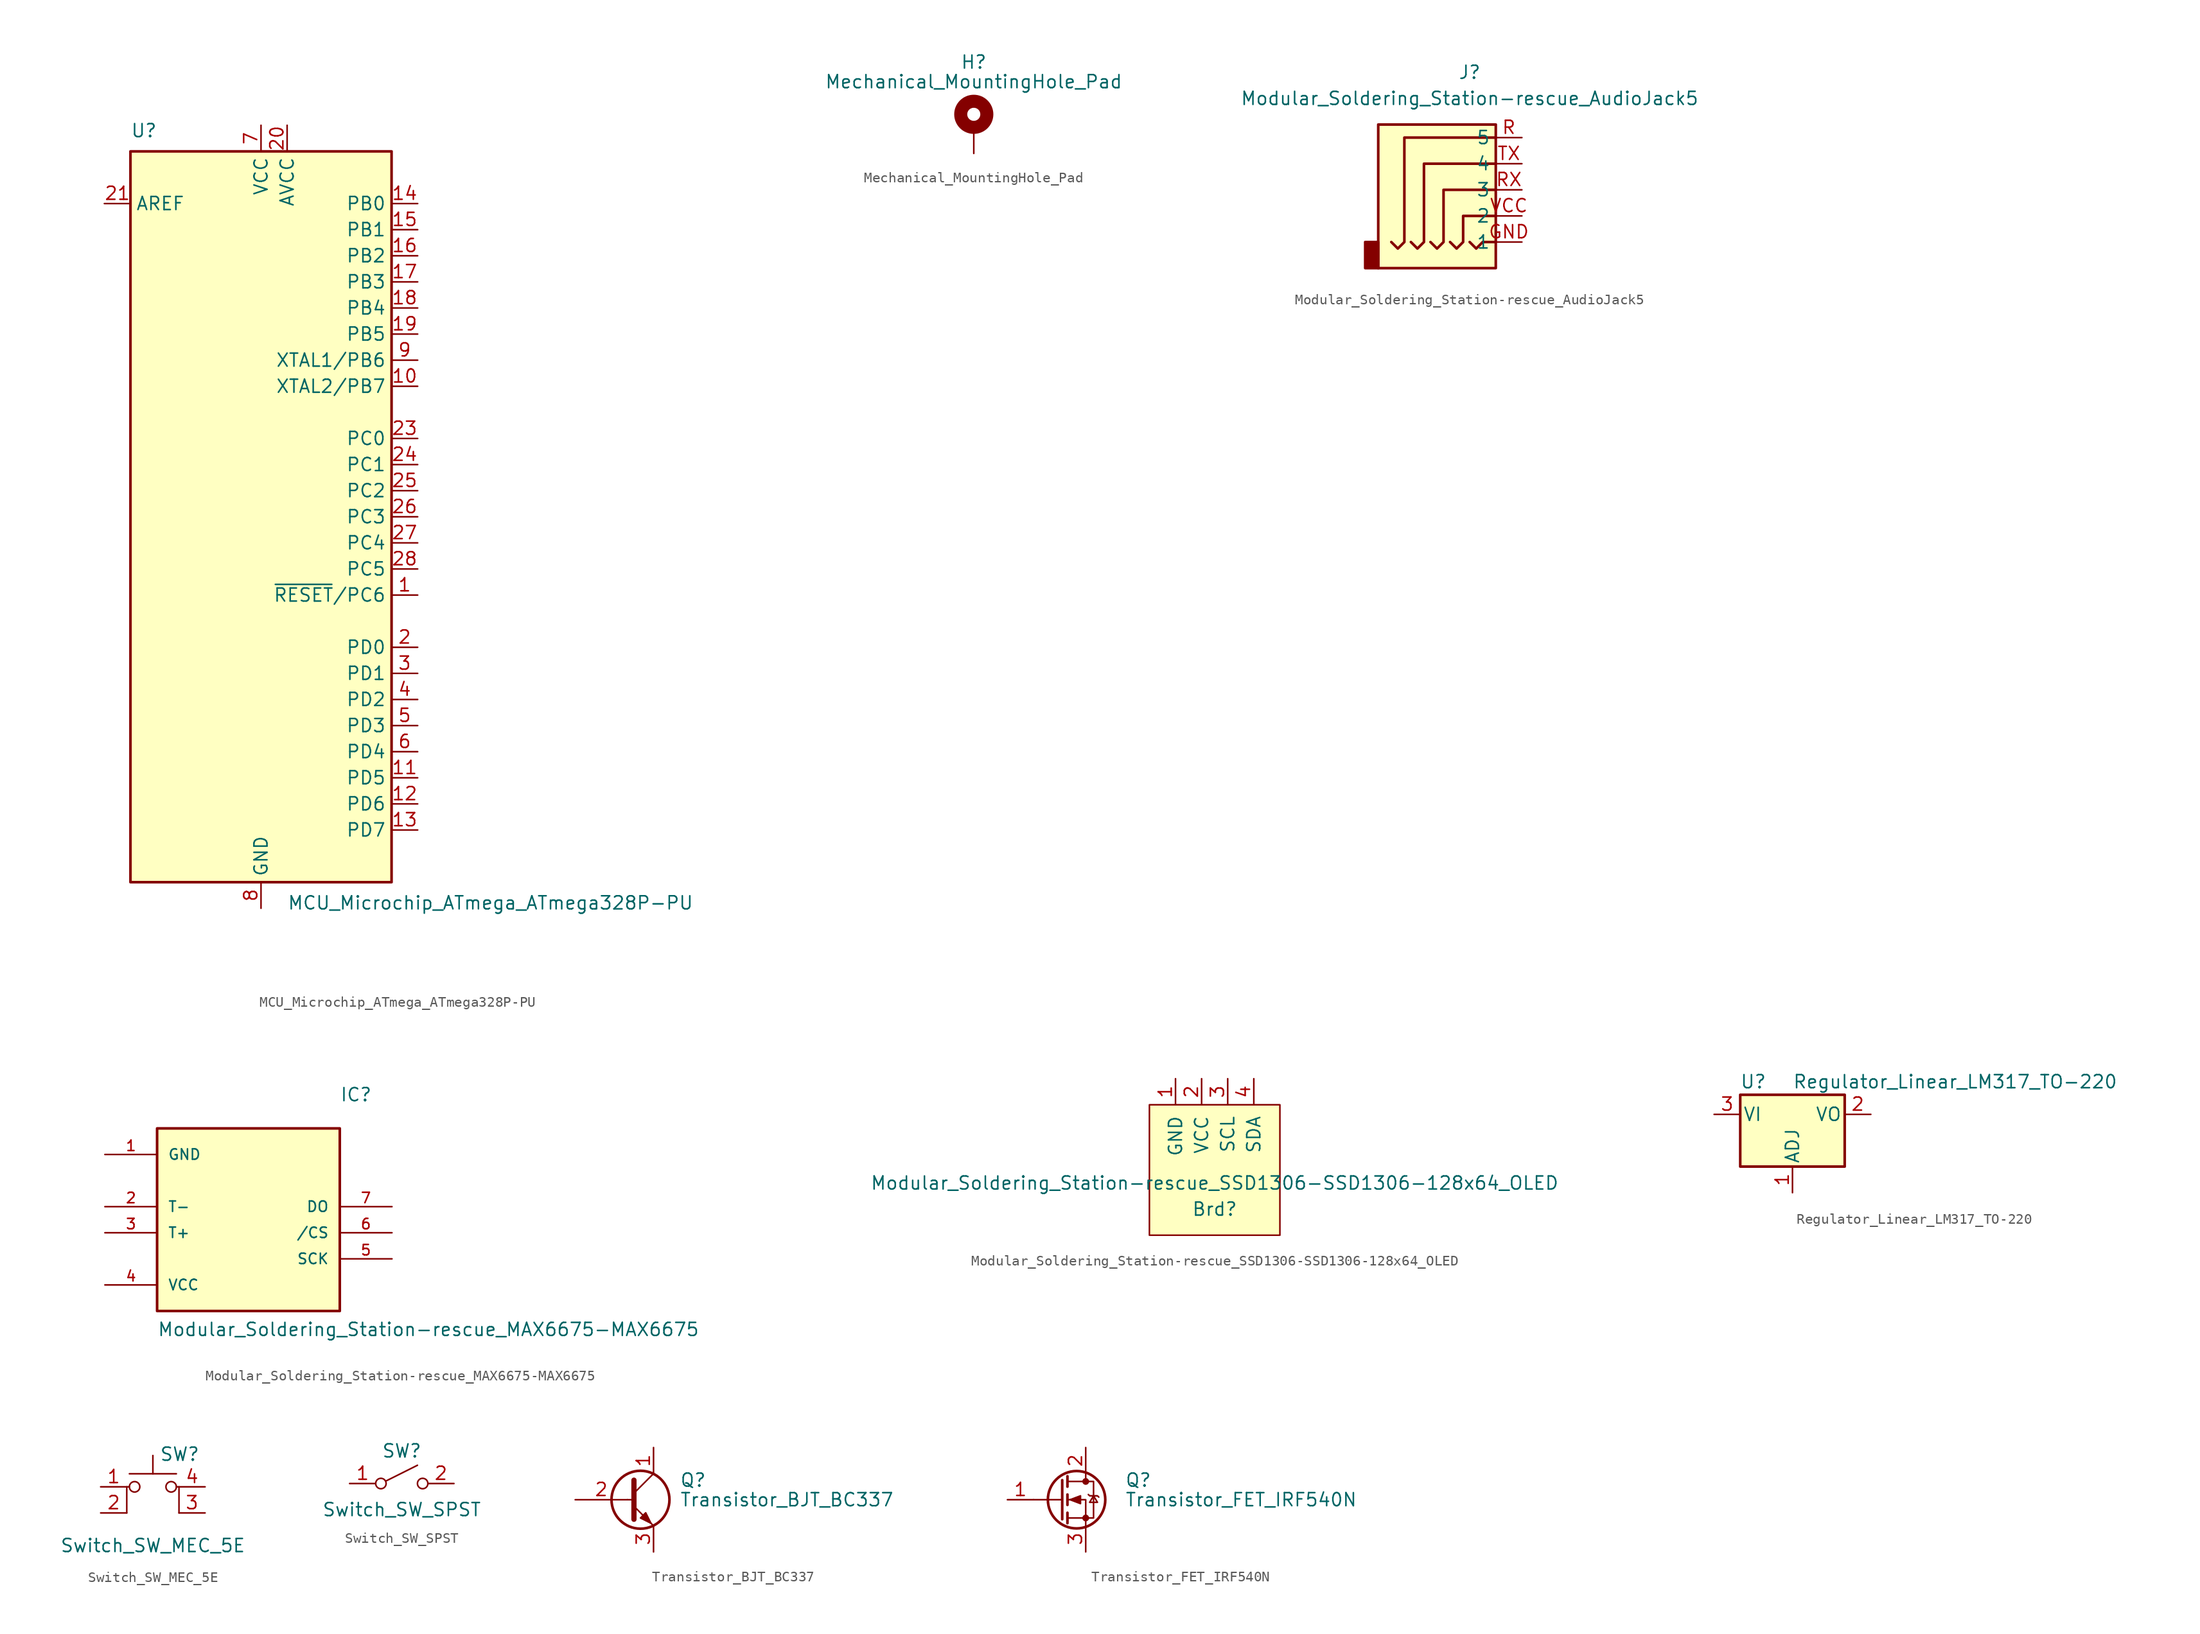
<source format=kicad_sym>
(kicad_symbol_lib
  (version 20211014)
  (generator kicad_symbol_editor)
  (symbol "MCU_Microchip_ATmega_ATmega328P-PU"
    (property "Reference" "U"
      (at -12.7 36.83 0)
      (effects (font (size 1.27 1.27)) (justify left bottom)))
    (property "Value" "MCU_Microchip_ATmega_ATmega328P-PU"
      (at 2.54 -36.83 0)
      (effects (font (size 1.27 1.27)) (justify left top)))
    (symbol "MCU_Microchip_ATmega_ATmega328P-PU_0_1"
      (rectangle (start -12.7 -35.56) (end 12.7 35.56) (stroke (width 0.254) (type default) (color 0 0 0 0)) (fill (type background))))
    (symbol "MCU_Microchip_ATmega_ATmega328P-PU_1_1"
      (pin bidirectional line (at 15.24 -7.62 180) (length 2.54) (name "~{RESET}/PC6" (effects (font (size 1.27 1.27)))) (number "1" (effects (font (size 1.27 1.27)))))
      (pin bidirectional line (at 15.24 12.7 180) (length 2.54) (name "XTAL2/PB7" (effects (font (size 1.27 1.27)))) (number "10" (effects (font (size 1.27 1.27)))))
      (pin bidirectional line (at 15.24 -25.4 180) (length 2.54) (name "PD5" (effects (font (size 1.27 1.27)))) (number "11" (effects (font (size 1.27 1.27)))))
      (pin bidirectional line (at 15.24 -27.94 180) (length 2.54) (name "PD6" (effects (font (size 1.27 1.27)))) (number "12" (effects (font (size 1.27 1.27)))))
      (pin bidirectional line (at 15.24 -30.48 180) (length 2.54) (name "PD7" (effects (font (size 1.27 1.27)))) (number "13" (effects (font (size 1.27 1.27)))))
      (pin bidirectional line (at 15.24 30.48 180) (length 2.54) (name "PB0" (effects (font (size 1.27 1.27)))) (number "14" (effects (font (size 1.27 1.27)))))
      (pin bidirectional line (at 15.24 27.94 180) (length 2.54) (name "PB1" (effects (font (size 1.27 1.27)))) (number "15" (effects (font (size 1.27 1.27)))))
      (pin bidirectional line (at 15.24 25.4 180) (length 2.54) (name "PB2" (effects (font (size 1.27 1.27)))) (number "16" (effects (font (size 1.27 1.27)))))
      (pin bidirectional line (at 15.24 22.86 180) (length 2.54) (name "PB3" (effects (font (size 1.27 1.27)))) (number "17" (effects (font (size 1.27 1.27)))))
      (pin bidirectional line (at 15.24 20.32 180) (length 2.54) (name "PB4" (effects (font (size 1.27 1.27)))) (number "18" (effects (font (size 1.27 1.27)))))
      (pin bidirectional line (at 15.24 17.78 180) (length 2.54) (name "PB5" (effects (font (size 1.27 1.27)))) (number "19" (effects (font (size 1.27 1.27)))))
      (pin bidirectional line (at 15.24 -12.7 180) (length 2.54) (name "PD0" (effects (font (size 1.27 1.27)))) (number "2" (effects (font (size 1.27 1.27)))))
      (pin power_in line (at 2.54 38.1 270) (length 2.54) (name "AVCC" (effects (font (size 1.27 1.27)))) (number "20" (effects (font (size 1.27 1.27)))))
      (pin passive line (at -15.24 30.48 0) (length 2.54) (name "AREF" (effects (font (size 1.27 1.27)))) (number "21" (effects (font (size 1.27 1.27)))))
      (pin passive line (at 0 -38.1 90) (length 2.54) hide (name "GND" (effects (font (size 1.27 1.27)))) (number "22" (effects (font (size 1.27 1.27)))))
      (pin bidirectional line (at 15.24 7.62 180) (length 2.54) (name "PC0" (effects (font (size 1.27 1.27)))) (number "23" (effects (font (size 1.27 1.27)))))
      (pin bidirectional line (at 15.24 5.08 180) (length 2.54) (name "PC1" (effects (font (size 1.27 1.27)))) (number "24" (effects (font (size 1.27 1.27)))))
      (pin bidirectional line (at 15.24 2.54 180) (length 2.54) (name "PC2" (effects (font (size 1.27 1.27)))) (number "25" (effects (font (size 1.27 1.27)))))
      (pin bidirectional line (at 15.24 0 180) (length 2.54) (name "PC3" (effects (font (size 1.27 1.27)))) (number "26" (effects (font (size 1.27 1.27)))))
      (pin bidirectional line (at 15.24 -2.54 180) (length 2.54) (name "PC4" (effects (font (size 1.27 1.27)))) (number "27" (effects (font (size 1.27 1.27)))))
      (pin bidirectional line (at 15.24 -5.08 180) (length 2.54) (name "PC5" (effects (font (size 1.27 1.27)))) (number "28" (effects (font (size 1.27 1.27)))))
      (pin bidirectional line (at 15.24 -15.24 180) (length 2.54) (name "PD1" (effects (font (size 1.27 1.27)))) (number "3" (effects (font (size 1.27 1.27)))))
      (pin bidirectional line (at 15.24 -17.78 180) (length 2.54) (name "PD2" (effects (font (size 1.27 1.27)))) (number "4" (effects (font (size 1.27 1.27)))))
      (pin bidirectional line (at 15.24 -20.32 180) (length 2.54) (name "PD3" (effects (font (size 1.27 1.27)))) (number "5" (effects (font (size 1.27 1.27)))))
      (pin bidirectional line (at 15.24 -22.86 180) (length 2.54) (name "PD4" (effects (font (size 1.27 1.27)))) (number "6" (effects (font (size 1.27 1.27)))))
      (pin power_in line (at 0 38.1 270) (length 2.54) (name "VCC" (effects (font (size 1.27 1.27)))) (number "7" (effects (font (size 1.27 1.27)))))
      (pin power_in line (at 0 -38.1 90) (length 2.54) (name "GND" (effects (font (size 1.27 1.27)))) (number "8" (effects (font (size 1.27 1.27)))))
      (pin bidirectional line (at 15.24 15.24 180) (length 2.54) (name "XTAL1/PB6" (effects (font (size 1.27 1.27)))) (number "9" (effects (font (size 1.27 1.27)))))))
  (symbol "Mechanical_MountingHole_Pad"
    (pin_numbers hide)
    (pin_names
      (offset 1.016) hide)
    (property "Reference" "H"
      (at 0 6.35 0)
      (effects (font (size 1.27 1.27))))
    (property "Value" "Mechanical_MountingHole_Pad"
      (at 0 4.445 0)
      (effects (font (size 1.27 1.27))))
    (symbol "Mechanical_MountingHole_Pad_0_1"
      (circle (center 0 1.27) (radius 1.27) (stroke (width 1.27) (type default) (color 0 0 0 0)) (fill (type none))))
    (symbol "Mechanical_MountingHole_Pad_1_1"
      (pin input line (at 0 -2.54 90) (length 2.54) (name "1" (effects (font (size 1.27 1.27)))) (number "1" (effects (font (size 1.27 1.27)))))))
  (symbol "Modular_Soldering_Station-rescue_AudioJack5"
    (property "Reference" "J"
      (at 0 11.43 0)
      (effects (font (size 1.27 1.27))))
    (property "Value" "Modular_Soldering_Station-rescue_AudioJack5"
      (at 0 8.89 0)
      (effects (font (size 1.27 1.27))))
    (symbol "Modular_Soldering_Station-rescue_AudioJack5_0_1"
      (rectangle (start -8.89 -5.08) (end -10.16 -7.62) (stroke (width 0.254) (type default) (color 0 0 0 0)) (fill (type outline)))
      (polyline (pts (xy 0 -5.08) (xy 0.635 -5.715) (xy 1.27 -5.08) (xy 2.54 -5.08)) (stroke (width 0.254) (type default) (color 0 0 0 0)) (fill (type none)))
      (polyline (pts (xy -5.715 -5.08) (xy -5.08 -5.715) (xy -4.445 -5.08) (xy -4.445 2.54) (xy 2.54 2.54)) (stroke (width 0.254) (type default) (color 0 0 0 0)) (fill (type none)))
      (polyline (pts (xy -1.905 -5.08) (xy -1.27 -5.715) (xy -0.635 -5.08) (xy -0.635 -2.54) (xy 2.54 -2.54)) (stroke (width 0.254) (type default) (color 0 0 0 0)) (fill (type none)))
      (polyline (pts (xy 2.54 0) (xy -2.54 0) (xy -2.54 -5.08) (xy -3.175 -5.715) (xy -3.81 -5.08)) (stroke (width 0.254) (type default) (color 0 0 0 0)) (fill (type none)))
      (polyline (pts (xy 2.54 5.08) (xy -6.35 5.08) (xy -6.35 -5.08) (xy -6.985 -5.715) (xy -7.62 -5.08)) (stroke (width 0.254) (type default) (color 0 0 0 0)) (fill (type none)))
      (rectangle (start 2.54 6.35) (end -8.89 -7.62) (stroke (width 0.254) (type default) (color 0 0 0 0)) (fill (type background))))
    (symbol "Modular_Soldering_Station-rescue_AudioJack5_1_1"
      (pin passive line (at 5.08 -5.08 180) (length 2.54) (name "1" (effects (font (size 1.27 1.27)))) (number "GND" (effects (font (size 1.27 1.27)))))
      (pin passive line (at 5.08 5.08 180) (length 2.54) (name "5" (effects (font (size 1.27 1.27)))) (number "R" (effects (font (size 1.27 1.27)))))
      (pin passive line (at 5.08 0 180) (length 2.54) (name "3" (effects (font (size 1.27 1.27)))) (number "RX" (effects (font (size 1.27 1.27)))))
      (pin passive line (at 5.08 2.54 180) (length 2.54) (name "4" (effects (font (size 1.27 1.27)))) (number "TX" (effects (font (size 1.27 1.27)))))
      (pin passive line (at 5.08 -2.54 180) (length 2.54) (name "2" (effects (font (size 1.27 1.27)))) (number "VCC" (effects (font (size 1.27 1.27)))))))
  (symbol "Modular_Soldering_Station-rescue_MAX6675-MAX6675"
    (pin_names
      (offset 1.016))
    (property "Reference" "IC"
      (at 10.16 7.62 0)
      (effects (font (size 1.27 1.27)) (justify left bottom)))
    (property "Value" "Modular_Soldering_Station-rescue_MAX6675-MAX6675"
      (at -7.62 -15.24 0)
      (effects (font (size 1.27 1.27)) (justify left bottom)))
    (property "ki_locked" ""
      (at 0 0 0)
      (effects (font (size 1.27 1.27))))
    (symbol "Modular_Soldering_Station-rescue_MAX6675-MAX6675_0_0"
      (rectangle (start -7.62 -12.7) (end 10.16 5.08) (stroke (width 0.254) (type default) (color 0 0 0 0)) (fill (type background)))
      (pin power_in line (at -12.7 2.54 0) (length 5.08) (name "GND" (effects (font (size 1.016 1.016)))) (number "1" (effects (font (size 1.016 1.016)))))
      (pin input line (at -12.7 -2.54 0) (length 5.08) (name "T-" (effects (font (size 1.016 1.016)))) (number "2" (effects (font (size 1.016 1.016)))))
      (pin input line (at -12.7 -5.08 0) (length 5.08) (name "T+" (effects (font (size 1.016 1.016)))) (number "3" (effects (font (size 1.016 1.016)))))
      (pin power_in line (at -12.7 -10.16 0) (length 5.08) (name "VCC" (effects (font (size 1.016 1.016)))) (number "4" (effects (font (size 1.016 1.016)))))
      (pin input line (at 15.24 -7.62 180) (length 5.08) (name "SCK" (effects (font (size 1.016 1.016)))) (number "5" (effects (font (size 1.016 1.016)))))
      (pin input line (at 15.24 -5.08 180) (length 5.08) (name "/CS" (effects (font (size 1.016 1.016)))) (number "6" (effects (font (size 1.016 1.016)))))
      (pin output line (at 15.24 -2.54 180) (length 5.08) (name "DO" (effects (font (size 1.016 1.016)))) (number "7" (effects (font (size 1.016 1.016)))))))
  (symbol "Modular_Soldering_Station-rescue_SSD1306-SSD1306-128x64_OLED"
    (pin_names
      (offset 1.016))
    (property "Reference" "Brd"
      (at 0 -3.81 0)
      (effects (font (size 1.27 1.27))))
    (property "Value" "Modular_Soldering_Station-rescue_SSD1306-SSD1306-128x64_OLED"
      (at 0 -1.27 0)
      (effects (font (size 1.27 1.27))))
    (symbol "Modular_Soldering_Station-rescue_SSD1306-SSD1306-128x64_OLED_0_1"
      (rectangle (start -6.35 6.35) (end 6.35 -6.35) (stroke (width 0) (type default) (color 0 0 0 0)) (fill (type background))))
    (symbol "Modular_Soldering_Station-rescue_SSD1306-SSD1306-128x64_OLED_1_1"
      (pin input line (at -3.81 8.89 270) (length 2.54) (name "GND" (effects (font (size 1.27 1.27)))) (number "1" (effects (font (size 1.27 1.27)))))
      (pin input line (at -1.27 8.89 270) (length 2.54) (name "VCC" (effects (font (size 1.27 1.27)))) (number "2" (effects (font (size 1.27 1.27)))))
      (pin input line (at 1.27 8.89 270) (length 2.54) (name "SCL" (effects (font (size 1.27 1.27)))) (number "3" (effects (font (size 1.27 1.27)))))
      (pin input line (at 3.81 8.89 270) (length 2.54) (name "SDA" (effects (font (size 1.27 1.27)))) (number "4" (effects (font (size 1.27 1.27)))))))
  (symbol "Regulator_Linear_LM317_TO-220"
    (pin_names
      (offset 0.254))
    (property "Reference" "U"
      (at -3.81 3.175 0)
      (effects (font (size 1.27 1.27))))
    (property "Value" "Regulator_Linear_LM317_TO-220"
      (at 0 3.175 0)
      (effects (font (size 1.27 1.27)) (justify left)))
    (symbol "Regulator_Linear_LM317_TO-220_0_1"
      (rectangle (start -5.08 1.905) (end 5.08 -5.08) (stroke (width 0.254) (type default) (color 0 0 0 0)) (fill (type background))))
    (symbol "Regulator_Linear_LM317_TO-220_1_1"
      (pin input line (at 0 -7.62 90) (length 2.54) (name "ADJ" (effects (font (size 1.27 1.27)))) (number "1" (effects (font (size 1.27 1.27)))))
      (pin power_out line (at 7.62 0 180) (length 2.54) (name "VO" (effects (font (size 1.27 1.27)))) (number "2" (effects (font (size 1.27 1.27)))))
      (pin power_in line (at -7.62 0 0) (length 2.54) (name "VI" (effects (font (size 1.27 1.27)))) (number "3" (effects (font (size 1.27 1.27)))))))
  (symbol "Switch_SW_MEC_5E"
    (pin_names
      (offset 1.016) hide)
    (property "Reference" "SW"
      (at 0.635 5.715 0)
      (effects (font (size 1.27 1.27)) (justify left)))
    (property "Value" "Switch_SW_MEC_5E"
      (at 0 -3.175 0)
      (effects (font (size 1.27 1.27))))
    (symbol "Switch_SW_MEC_5E_0_1"
      (circle (center -1.778 2.54) (radius 0.508) (stroke (width 0) (type default) (color 0 0 0 0)) (fill (type none)))
      (polyline (pts (xy -2.286 3.81) (xy 2.286 3.81)) (stroke (width 0) (type default) (color 0 0 0 0)) (fill (type none)))
      (polyline (pts (xy 0 3.81) (xy 0 5.588)) (stroke (width 0) (type default) (color 0 0 0 0)) (fill (type none)))
      (polyline (pts (xy -2.54 0) (xy -2.54 2.54) (xy -2.286 2.54)) (stroke (width 0) (type default) (color 0 0 0 0)) (fill (type none)))
      (polyline (pts (xy 2.54 0) (xy 2.54 2.54) (xy 2.286 2.54)) (stroke (width 0) (type default) (color 0 0 0 0)) (fill (type none)))
      (circle (center 1.778 2.54) (radius 0.508) (stroke (width 0) (type default) (color 0 0 0 0)) (fill (type none)))
      (pin passive line (at -5.08 2.54 0) (length 2.54) (name "1" (effects (font (size 1.27 1.27)))) (number "1" (effects (font (size 1.27 1.27)))))
      (pin passive line (at -5.08 0 0) (length 2.54) (name "2" (effects (font (size 1.27 1.27)))) (number "2" (effects (font (size 1.27 1.27)))))
      (pin passive line (at 5.08 0 180) (length 2.54) (name "K" (effects (font (size 1.27 1.27)))) (number "3" (effects (font (size 1.27 1.27)))))
      (pin passive line (at 5.08 2.54 180) (length 2.54) (name "A" (effects (font (size 1.27 1.27)))) (number "4" (effects (font (size 1.27 1.27)))))))
  (symbol "Switch_SW_SPST"
    (pin_names
      (offset 0) hide)
    (property "Reference" "SW"
      (at 0 3.175 0)
      (effects (font (size 1.27 1.27))))
    (property "Value" "Switch_SW_SPST"
      (at 0 -2.54 0)
      (effects (font (size 1.27 1.27))))
    (symbol "Switch_SW_SPST_0_0"
      (circle (center -2.032 0) (radius 0.508) (stroke (width 0) (type default) (color 0 0 0 0)) (fill (type none)))
      (polyline (pts (xy -1.524 0.254) (xy 1.524 1.778)) (stroke (width 0) (type default) (color 0 0 0 0)) (fill (type none)))
      (circle (center 2.032 0) (radius 0.508) (stroke (width 0) (type default) (color 0 0 0 0)) (fill (type none))))
    (symbol "Switch_SW_SPST_1_1"
      (pin passive line (at -5.08 0 0) (length 2.54) (name "A" (effects (font (size 1.27 1.27)))) (number "1" (effects (font (size 1.27 1.27)))))
      (pin passive line (at 5.08 0 180) (length 2.54) (name "B" (effects (font (size 1.27 1.27)))) (number "2" (effects (font (size 1.27 1.27)))))))
  (symbol "Transistor_BJT_BC337"
    (pin_names
      (offset 0) hide)
    (property "Reference" "Q"
      (at 5.08 1.905 0)
      (effects (font (size 1.27 1.27)) (justify left)))
    (property "Value" "Transistor_BJT_BC337"
      (at 5.08 0 0)
      (effects (font (size 1.27 1.27)) (justify left)))
    (symbol "Transistor_BJT_BC337_0_1"
      (polyline (pts (xy 0 0) (xy 0.635 0)) (stroke (width 0) (type default) (color 0 0 0 0)) (fill (type none)))
      (polyline (pts (xy 0.635 0.635) (xy 2.54 2.54)) (stroke (width 0) (type default) (color 0 0 0 0)) (fill (type none)))
      (polyline (pts (xy 0.635 -0.635) (xy 2.54 -2.54) (xy 2.54 -2.54)) (stroke (width 0) (type default) (color 0 0 0 0)) (fill (type none)))
      (polyline (pts (xy 0.635 1.905) (xy 0.635 -1.905) (xy 0.635 -1.905)) (stroke (width 0.508) (type default) (color 0 0 0 0)) (fill (type none)))
      (polyline (pts (xy 1.27 -1.778) (xy 1.778 -1.27) (xy 2.286 -2.286) (xy 1.27 -1.778) (xy 1.27 -1.778)) (stroke (width 0) (type default) (color 0 0 0 0)) (fill (type outline)))
      (circle (center 1.27 0) (radius 2.819) (stroke (width 0.254) (type default) (color 0 0 0 0)) (fill (type none))))
    (symbol "Transistor_BJT_BC337_1_1"
      (pin passive line (at 2.54 5.08 270) (length 2.54) (name "C" (effects (font (size 1.27 1.27)))) (number "1" (effects (font (size 1.27 1.27)))))
      (pin input line (at -5.08 0 0) (length 5.08) (name "B" (effects (font (size 1.27 1.27)))) (number "2" (effects (font (size 1.27 1.27)))))
      (pin passive line (at 2.54 -5.08 90) (length 2.54) (name "E" (effects (font (size 1.27 1.27)))) (number "3" (effects (font (size 1.27 1.27)))))))
  (symbol "Transistor_FET_IRF540N"
    (pin_names hide)
    (property "Reference" "Q"
      (at 6.35 1.905 0)
      (effects (font (size 1.27 1.27)) (justify left)))
    (property "Value" "Transistor_FET_IRF540N"
      (at 6.35 0 0)
      (effects (font (size 1.27 1.27)) (justify left)))
    (symbol "Transistor_FET_IRF540N_0_1"
      (polyline (pts (xy 0.254 0) (xy -2.54 0)) (stroke (width 0) (type default) (color 0 0 0 0)) (fill (type none)))
      (polyline (pts (xy 0.254 1.905) (xy 0.254 -1.905)) (stroke (width 0.254) (type default) (color 0 0 0 0)) (fill (type none)))
      (polyline (pts (xy 0.762 -1.27) (xy 0.762 -2.286)) (stroke (width 0.254) (type default) (color 0 0 0 0)) (fill (type none)))
      (polyline (pts (xy 0.762 0.508) (xy 0.762 -0.508)) (stroke (width 0.254) (type default) (color 0 0 0 0)) (fill (type none)))
      (polyline (pts (xy 0.762 2.286) (xy 0.762 1.27)) (stroke (width 0.254) (type default) (color 0 0 0 0)) (fill (type none)))
      (polyline (pts (xy 2.54 2.54) (xy 2.54 1.778)) (stroke (width 0) (type default) (color 0 0 0 0)) (fill (type none)))
      (polyline (pts (xy 2.54 -2.54) (xy 2.54 0) (xy 0.762 0)) (stroke (width 0) (type default) (color 0 0 0 0)) (fill (type none)))
      (polyline (pts (xy 0.762 -1.778) (xy 3.302 -1.778) (xy 3.302 1.778) (xy 0.762 1.778)) (stroke (width 0) (type default) (color 0 0 0 0)) (fill (type none)))
      (polyline (pts (xy 1.016 0) (xy 2.032 0.381) (xy 2.032 -0.381) (xy 1.016 0)) (stroke (width 0) (type default) (color 0 0 0 0)) (fill (type outline)))
      (polyline (pts (xy 2.794 0.508) (xy 2.921 0.381) (xy 3.683 0.381) (xy 3.81 0.254)) (stroke (width 0) (type default) (color 0 0 0 0)) (fill (type none)))
      (polyline (pts (xy 3.302 0.381) (xy 2.921 -0.254) (xy 3.683 -0.254) (xy 3.302 0.381)) (stroke (width 0) (type default) (color 0 0 0 0)) (fill (type none)))
      (circle (center 1.651 0) (radius 2.794) (stroke (width 0.254) (type default) (color 0 0 0 0)) (fill (type none)))
      (circle (center 2.54 -1.778) (radius 0.254) (stroke (width 0) (type default) (color 0 0 0 0)) (fill (type outline)))
      (circle (center 2.54 1.778) (radius 0.254) (stroke (width 0) (type default) (color 0 0 0 0)) (fill (type outline))))
    (symbol "Transistor_FET_IRF540N_1_1"
      (pin input line (at -5.08 0 0) (length 2.54) (name "G" (effects (font (size 1.27 1.27)))) (number "1" (effects (font (size 1.27 1.27)))))
      (pin passive line (at 2.54 5.08 270) (length 2.54) (name "D" (effects (font (size 1.27 1.27)))) (number "2" (effects (font (size 1.27 1.27)))))
      (pin passive line (at 2.54 -5.08 90) (length 2.54) (name "S" (effects (font (size 1.27 1.27)))) (number "3" (effects (font (size 1.27 1.27))))))))
</source>
